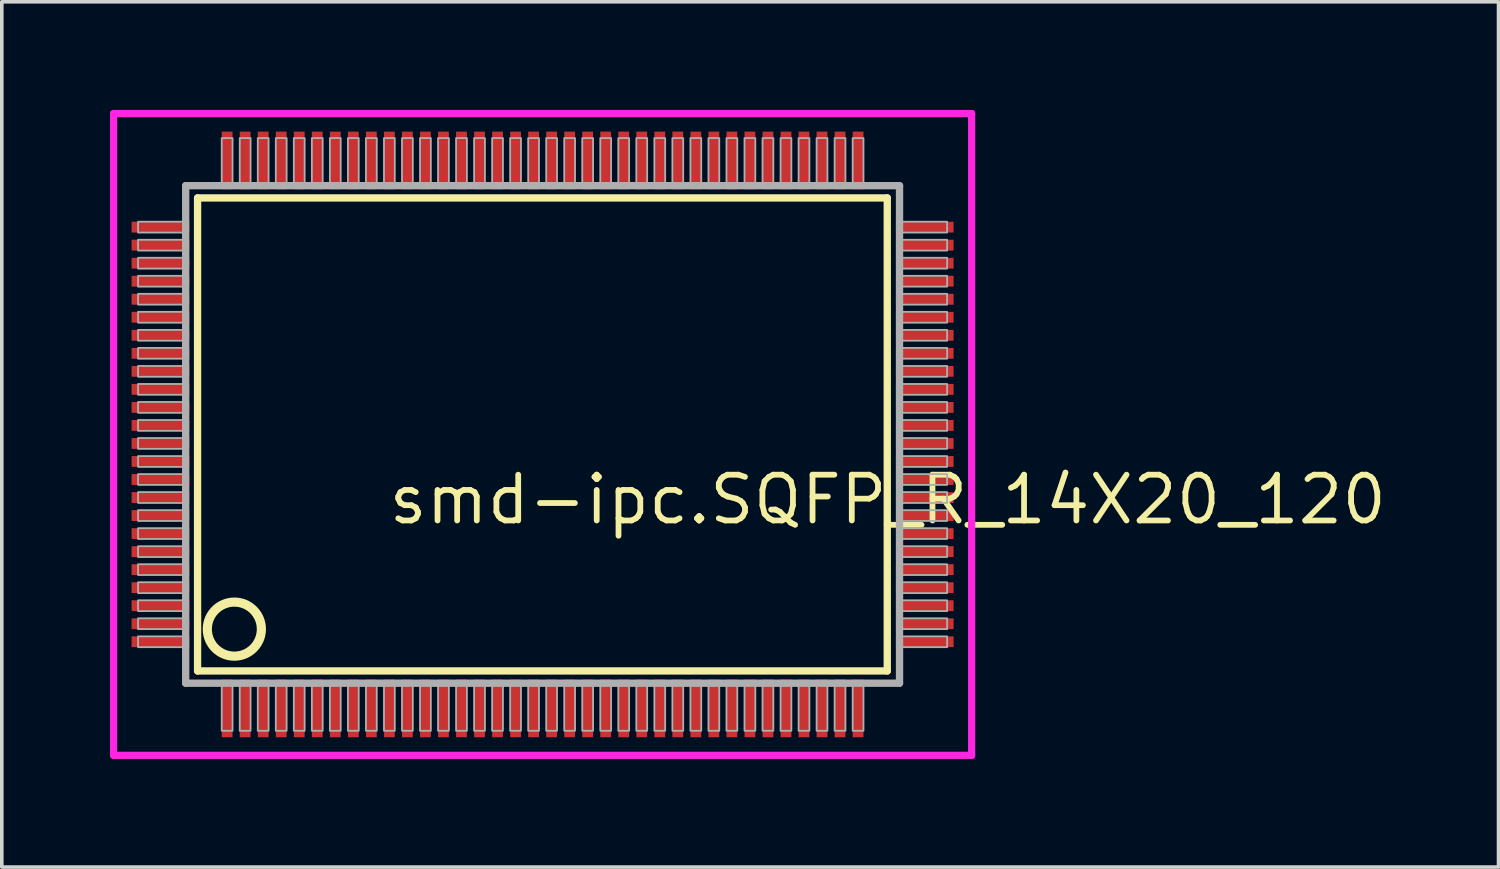
<source format=kicad_pcb>
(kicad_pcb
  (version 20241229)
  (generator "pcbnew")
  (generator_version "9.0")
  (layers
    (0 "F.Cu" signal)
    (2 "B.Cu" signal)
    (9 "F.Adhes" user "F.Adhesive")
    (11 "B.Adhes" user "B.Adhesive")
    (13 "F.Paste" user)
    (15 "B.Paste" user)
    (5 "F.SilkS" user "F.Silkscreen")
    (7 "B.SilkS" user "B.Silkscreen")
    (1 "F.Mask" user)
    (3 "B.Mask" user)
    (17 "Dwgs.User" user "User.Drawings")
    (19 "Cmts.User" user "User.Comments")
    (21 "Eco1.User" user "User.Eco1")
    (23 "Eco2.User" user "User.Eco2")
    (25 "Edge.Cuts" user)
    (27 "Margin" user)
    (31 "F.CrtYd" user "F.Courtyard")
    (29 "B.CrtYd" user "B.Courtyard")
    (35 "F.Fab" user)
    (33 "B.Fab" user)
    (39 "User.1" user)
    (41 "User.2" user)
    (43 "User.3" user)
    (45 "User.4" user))
  (footprint "smd-ipc.SQFP_R_14X20_120"
    (layer "F.Cu")
    (at 12 9)
    (property "Reference" "smd-ipc.SQFP_R_14X20_120" (at -4.35 2.55 0) (layer "F.SilkS") (effects (font (size 1.27 1.27) (thickness 0.16)) (justify left bottom)))
    (attr smd)
    (fp_line (start -9.57 -6.56) (end 9.56 -6.56) (stroke (width 0.203) (type default)) (layer "F.SilkS"))
    (fp_line (start -9.57 6.56) (end -9.57 -6.56) (stroke (width 0.203) (type default)) (layer "F.SilkS"))
    (fp_line (start 9.56 -6.56) (end 9.56 6.56) (stroke (width 0.203) (type default)) (layer "F.SilkS"))
    (fp_line (start 9.56 6.56) (end -9.57 6.56) (stroke (width 0.203) (type default)) (layer "F.SilkS"))
    (fp_circle (center -8.55 5.4) (end -7.8 5.4) (stroke (width 0.254) (type default)) (fill no) (layer "F.SilkS"))
    (fp_line (start -11.9 -8.9) (end 11.9 -8.9) (stroke (width 0.2) (type default)) (layer "F.CrtYd"))
    (fp_line (start -11.9 8.9) (end -11.9 -8.9) (stroke (width 0.2) (type default)) (layer "F.CrtYd"))
    (fp_line (start 11.9 -8.9) (end 11.9 8.9) (stroke (width 0.2) (type default)) (layer "F.CrtYd"))
    (fp_line (start 11.9 8.9) (end -11.9 8.9) (stroke (width 0.2) (type default)) (layer "F.CrtYd"))
    (fp_line (start -9.9 -6.9) (end -9.9 6.9) (stroke (width 0.203) (type default)) (layer "F.Fab"))
    (fp_line (start -9.9 6.9) (end 9.9 6.9) (stroke (width 0.203) (type default)) (layer "F.Fab"))
    (fp_line (start 9.9 -6.9) (end -9.9 -6.9) (stroke (width 0.203) (type default)) (layer "F.Fab"))
    (fp_line (start 9.9 6.9) (end 9.9 -6.9) (stroke (width 0.203) (type default)) (layer "F.Fab"))
    (fp_rect (start -11.22 -5.6) (end -9.95 -5.9) (stroke (width 0.05) (type default)) (fill no) (layer "F.Fab"))
    (fp_rect (start -11.22 -5.1) (end -9.95 -5.4) (stroke (width 0.05) (type default)) (fill no) (layer "F.Fab"))
    (fp_rect (start -11.22 -4.6) (end -9.95 -4.9) (stroke (width 0.05) (type default)) (fill no) (layer "F.Fab"))
    (fp_rect (start -11.22 -4.1) (end -9.95 -4.4) (stroke (width 0.05) (type default)) (fill no) (layer "F.Fab"))
    (fp_rect (start -11.22 -3.6) (end -9.95 -3.9) (stroke (width 0.05) (type default)) (fill no) (layer "F.Fab"))
    (fp_rect (start -11.22 -3.1) (end -9.95 -3.4) (stroke (width 0.05) (type default)) (fill no) (layer "F.Fab"))
    (fp_rect (start -11.22 -2.6) (end -9.95 -2.9) (stroke (width 0.05) (type default)) (fill no) (layer "F.Fab"))
    (fp_rect (start -11.22 -2.1) (end -9.95 -2.4) (stroke (width 0.05) (type default)) (fill no) (layer "F.Fab"))
    (fp_rect (start -11.22 -1.6) (end -9.95 -1.9) (stroke (width 0.05) (type default)) (fill no) (layer "F.Fab"))
    (fp_rect (start -11.22 -1.1) (end -9.95 -1.4) (stroke (width 0.05) (type default)) (fill no) (layer "F.Fab"))
    (fp_rect (start -11.22 -0.6) (end -9.95 -0.9) (stroke (width 0.05) (type default)) (fill no) (layer "F.Fab"))
    (fp_rect (start -11.22 -0.1) (end -9.95 -0.4) (stroke (width 0.05) (type default)) (fill no) (layer "F.Fab"))
    (fp_rect (start -11.22 0.4) (end -9.95 0.1) (stroke (width 0.05) (type default)) (fill no) (layer "F.Fab"))
    (fp_rect (start -11.22 0.9) (end -9.95 0.6) (stroke (width 0.05) (type default)) (fill no) (layer "F.Fab"))
    (fp_rect (start -11.22 1.4) (end -9.95 1.1) (stroke (width 0.05) (type default)) (fill no) (layer "F.Fab"))
    (fp_rect (start -11.22 1.9) (end -9.95 1.6) (stroke (width 0.05) (type default)) (fill no) (layer "F.Fab"))
    (fp_rect (start -11.22 2.4) (end -9.95 2.1) (stroke (width 0.05) (type default)) (fill no) (layer "F.Fab"))
    (fp_rect (start -11.22 2.9) (end -9.95 2.6) (stroke (width 0.05) (type default)) (fill no) (layer "F.Fab"))
    (fp_rect (start -11.22 3.4) (end -9.95 3.1) (stroke (width 0.05) (type default)) (fill no) (layer "F.Fab"))
    (fp_rect (start -11.22 3.9) (end -9.95 3.6) (stroke (width 0.05) (type default)) (fill no) (layer "F.Fab"))
    (fp_rect (start -11.22 4.4) (end -9.95 4.1) (stroke (width 0.05) (type default)) (fill no) (layer "F.Fab"))
    (fp_rect (start -11.22 4.9) (end -9.95 4.6) (stroke (width 0.05) (type default)) (fill no) (layer "F.Fab"))
    (fp_rect (start -11.22 5.4) (end -9.95 5.1) (stroke (width 0.05) (type default)) (fill no) (layer "F.Fab"))
    (fp_rect (start -11.22 5.9) (end -9.95 5.6) (stroke (width 0.05) (type default)) (fill no) (layer "F.Fab"))
    (fp_rect (start -8.9 -6.95) (end -8.6 -8.22) (stroke (width 0.05) (type default)) (fill no) (layer "F.Fab"))
    (fp_rect (start -8.9 8.22) (end -8.6 6.95) (stroke (width 0.05) (type default)) (fill no) (layer "F.Fab"))
    (fp_rect (start -8.4 -6.95) (end -8.1 -8.22) (stroke (width 0.05) (type default)) (fill no) (layer "F.Fab"))
    (fp_rect (start -8.4 8.22) (end -8.1 6.95) (stroke (width 0.05) (type default)) (fill no) (layer "F.Fab"))
    (fp_rect (start -7.9 -6.95) (end -7.6 -8.22) (stroke (width 0.05) (type default)) (fill no) (layer "F.Fab"))
    (fp_rect (start -7.9 8.22) (end -7.6 6.95) (stroke (width 0.05) (type default)) (fill no) (layer "F.Fab"))
    (fp_rect (start -7.4 -6.95) (end -7.1 -8.22) (stroke (width 0.05) (type default)) (fill no) (layer "F.Fab"))
    (fp_rect (start -7.4 8.22) (end -7.1 6.95) (stroke (width 0.05) (type default)) (fill no) (layer "F.Fab"))
    (fp_rect (start -6.9 -6.95) (end -6.6 -8.22) (stroke (width 0.05) (type default)) (fill no) (layer "F.Fab"))
    (fp_rect (start -6.9 8.22) (end -6.6 6.95) (stroke (width 0.05) (type default)) (fill no) (layer "F.Fab"))
    (fp_rect (start -6.4 -6.95) (end -6.1 -8.22) (stroke (width 0.05) (type default)) (fill no) (layer "F.Fab"))
    (fp_rect (start -6.4 8.22) (end -6.1 6.95) (stroke (width 0.05) (type default)) (fill no) (layer "F.Fab"))
    (fp_rect (start -5.9 -6.95) (end -5.6 -8.22) (stroke (width 0.05) (type default)) (fill no) (layer "F.Fab"))
    (fp_rect (start -5.9 8.22) (end -5.6 6.95) (stroke (width 0.05) (type default)) (fill no) (layer "F.Fab"))
    (fp_rect (start -5.4 -6.95) (end -5.1 -8.22) (stroke (width 0.05) (type default)) (fill no) (layer "F.Fab"))
    (fp_rect (start -5.4 8.22) (end -5.1 6.95) (stroke (width 0.05) (type default)) (fill no) (layer "F.Fab"))
    (fp_rect (start -4.9 -6.95) (end -4.6 -8.22) (stroke (width 0.05) (type default)) (fill no) (layer "F.Fab"))
    (fp_rect (start -4.9 8.22) (end -4.6 6.95) (stroke (width 0.05) (type default)) (fill no) (layer "F.Fab"))
    (fp_rect (start -4.4 -6.95) (end -4.1 -8.22) (stroke (width 0.05) (type default)) (fill no) (layer "F.Fab"))
    (fp_rect (start -4.4 8.22) (end -4.1 6.95) (stroke (width 0.05) (type default)) (fill no) (layer "F.Fab"))
    (fp_rect (start -3.9 -6.95) (end -3.6 -8.22) (stroke (width 0.05) (type default)) (fill no) (layer "F.Fab"))
    (fp_rect (start -3.9 8.22) (end -3.6 6.95) (stroke (width 0.05) (type default)) (fill no) (layer "F.Fab"))
    (fp_rect (start -3.4 -6.95) (end -3.1 -8.22) (stroke (width 0.05) (type default)) (fill no) (layer "F.Fab"))
    (fp_rect (start -3.4 8.22) (end -3.1 6.95) (stroke (width 0.05) (type default)) (fill no) (layer "F.Fab"))
    (fp_rect (start -2.9 -6.95) (end -2.6 -8.22) (stroke (width 0.05) (type default)) (fill no) (layer "F.Fab"))
    (fp_rect (start -2.9 8.22) (end -2.6 6.95) (stroke (width 0.05) (type default)) (fill no) (layer "F.Fab"))
    (fp_rect (start -2.4 -6.95) (end -2.1 -8.22) (stroke (width 0.05) (type default)) (fill no) (layer "F.Fab"))
    (fp_rect (start -2.4 8.22) (end -2.1 6.95) (stroke (width 0.05) (type default)) (fill no) (layer "F.Fab"))
    (fp_rect (start -1.9 -6.95) (end -1.6 -8.22) (stroke (width 0.05) (type default)) (fill no) (layer "F.Fab"))
    (fp_rect (start -1.9 8.22) (end -1.6 6.95) (stroke (width 0.05) (type default)) (fill no) (layer "F.Fab"))
    (fp_rect (start -1.4 -6.95) (end -1.1 -8.22) (stroke (width 0.05) (type default)) (fill no) (layer "F.Fab"))
    (fp_rect (start -1.4 8.22) (end -1.1 6.95) (stroke (width 0.05) (type default)) (fill no) (layer "F.Fab"))
    (fp_rect (start -0.9 -6.95) (end -0.6 -8.22) (stroke (width 0.05) (type default)) (fill no) (layer "F.Fab"))
    (fp_rect (start -0.9 8.22) (end -0.6 6.95) (stroke (width 0.05) (type default)) (fill no) (layer "F.Fab"))
    (fp_rect (start -0.4 -6.95) (end -0.1 -8.22) (stroke (width 0.05) (type default)) (fill no) (layer "F.Fab"))
    (fp_rect (start -0.4 8.22) (end -0.1 6.95) (stroke (width 0.05) (type default)) (fill no) (layer "F.Fab"))
    (fp_rect (start 0.1 -6.95) (end 0.4 -8.22) (stroke (width 0.05) (type default)) (fill no) (layer "F.Fab"))
    (fp_rect (start 0.1 8.22) (end 0.4 6.95) (stroke (width 0.05) (type default)) (fill no) (layer "F.Fab"))
    (fp_rect (start 0.6 -6.95) (end 0.9 -8.22) (stroke (width 0.05) (type default)) (fill no) (layer "F.Fab"))
    (fp_rect (start 0.6 8.22) (end 0.9 6.95) (stroke (width 0.05) (type default)) (fill no) (layer "F.Fab"))
    (fp_rect (start 1.1 -6.95) (end 1.4 -8.22) (stroke (width 0.05) (type default)) (fill no) (layer "F.Fab"))
    (fp_rect (start 1.1 8.22) (end 1.4 6.95) (stroke (width 0.05) (type default)) (fill no) (layer "F.Fab"))
    (fp_rect (start 1.6 -6.95) (end 1.9 -8.22) (stroke (width 0.05) (type default)) (fill no) (layer "F.Fab"))
    (fp_rect (start 1.6 8.22) (end 1.9 6.95) (stroke (width 0.05) (type default)) (fill no) (layer "F.Fab"))
    (fp_rect (start 2.1 -6.95) (end 2.4 -8.22) (stroke (width 0.05) (type default)) (fill no) (layer "F.Fab"))
    (fp_rect (start 2.1 8.22) (end 2.4 6.95) (stroke (width 0.05) (type default)) (fill no) (layer "F.Fab"))
    (fp_rect (start 2.6 -6.95) (end 2.9 -8.22) (stroke (width 0.05) (type default)) (fill no) (layer "F.Fab"))
    (fp_rect (start 2.6 8.22) (end 2.9 6.95) (stroke (width 0.05) (type default)) (fill no) (layer "F.Fab"))
    (fp_rect (start 3.1 -6.95) (end 3.4 -8.22) (stroke (width 0.05) (type default)) (fill no) (layer "F.Fab"))
    (fp_rect (start 3.1 8.22) (end 3.4 6.95) (stroke (width 0.05) (type default)) (fill no) (layer "F.Fab"))
    (fp_rect (start 3.6 -6.95) (end 3.9 -8.22) (stroke (width 0.05) (type default)) (fill no) (layer "F.Fab"))
    (fp_rect (start 3.6 8.22) (end 3.9 6.95) (stroke (width 0.05) (type default)) (fill no) (layer "F.Fab"))
    (fp_rect (start 4.1 -6.95) (end 4.4 -8.22) (stroke (width 0.05) (type default)) (fill no) (layer "F.Fab"))
    (fp_rect (start 4.1 8.22) (end 4.4 6.95) (stroke (width 0.05) (type default)) (fill no) (layer "F.Fab"))
    (fp_rect (start 4.6 -6.95) (end 4.9 -8.22) (stroke (width 0.05) (type default)) (fill no) (layer "F.Fab"))
    (fp_rect (start 4.6 8.22) (end 4.9 6.95) (stroke (width 0.05) (type default)) (fill no) (layer "F.Fab"))
    (fp_rect (start 5.1 -6.95) (end 5.4 -8.22) (stroke (width 0.05) (type default)) (fill no) (layer "F.Fab"))
    (fp_rect (start 5.1 8.22) (end 5.4 6.95) (stroke (width 0.05) (type default)) (fill no) (layer "F.Fab"))
    (fp_rect (start 5.6 -6.95) (end 5.9 -8.22) (stroke (width 0.05) (type default)) (fill no) (layer "F.Fab"))
    (fp_rect (start 5.6 8.22) (end 5.9 6.95) (stroke (width 0.05) (type default)) (fill no) (layer "F.Fab"))
    (fp_rect (start 6.1 -6.95) (end 6.4 -8.22) (stroke (width 0.05) (type default)) (fill no) (layer "F.Fab"))
    (fp_rect (start 6.1 8.22) (end 6.4 6.95) (stroke (width 0.05) (type default)) (fill no) (layer "F.Fab"))
    (fp_rect (start 6.6 -6.95) (end 6.9 -8.22) (stroke (width 0.05) (type default)) (fill no) (layer "F.Fab"))
    (fp_rect (start 6.6 8.22) (end 6.9 6.95) (stroke (width 0.05) (type default)) (fill no) (layer "F.Fab"))
    (fp_rect (start 7.1 -6.95) (end 7.4 -8.22) (stroke (width 0.05) (type default)) (fill no) (layer "F.Fab"))
    (fp_rect (start 7.1 8.22) (end 7.4 6.95) (stroke (width 0.05) (type default)) (fill no) (layer "F.Fab"))
    (fp_rect (start 7.6 -6.95) (end 7.9 -8.22) (stroke (width 0.05) (type default)) (fill no) (layer "F.Fab"))
    (fp_rect (start 7.6 8.22) (end 7.9 6.95) (stroke (width 0.05) (type default)) (fill no) (layer "F.Fab"))
    (fp_rect (start 8.1 -6.95) (end 8.4 -8.22) (stroke (width 0.05) (type default)) (fill no) (layer "F.Fab"))
    (fp_rect (start 8.1 8.22) (end 8.4 6.95) (stroke (width 0.05) (type default)) (fill no) (layer "F.Fab"))
    (fp_rect (start 8.6 -6.95) (end 8.9 -8.22) (stroke (width 0.05) (type default)) (fill no) (layer "F.Fab"))
    (fp_rect (start 8.6 8.22) (end 8.9 6.95) (stroke (width 0.05) (type default)) (fill no) (layer "F.Fab"))
    (fp_rect (start 9.95 -5.6) (end 11.22 -5.9) (stroke (width 0.05) (type default)) (fill no) (layer "F.Fab"))
    (fp_rect (start 9.95 -5.1) (end 11.22 -5.4) (stroke (width 0.05) (type default)) (fill no) (layer "F.Fab"))
    (fp_rect (start 9.95 -4.6) (end 11.22 -4.9) (stroke (width 0.05) (type default)) (fill no) (layer "F.Fab"))
    (fp_rect (start 9.95 -4.1) (end 11.22 -4.4) (stroke (width 0.05) (type default)) (fill no) (layer "F.Fab"))
    (fp_rect (start 9.95 -3.6) (end 11.22 -3.9) (stroke (width 0.05) (type default)) (fill no) (layer "F.Fab"))
    (fp_rect (start 9.95 -3.1) (end 11.22 -3.4) (stroke (width 0.05) (type default)) (fill no) (layer "F.Fab"))
    (fp_rect (start 9.95 -2.6) (end 11.22 -2.9) (stroke (width 0.05) (type default)) (fill no) (layer "F.Fab"))
    (fp_rect (start 9.95 -2.1) (end 11.22 -2.4) (stroke (width 0.05) (type default)) (fill no) (layer "F.Fab"))
    (fp_rect (start 9.95 -1.6) (end 11.22 -1.9) (stroke (width 0.05) (type default)) (fill no) (layer "F.Fab"))
    (fp_rect (start 9.95 -1.1) (end 11.22 -1.4) (stroke (width 0.05) (type default)) (fill no) (layer "F.Fab"))
    (fp_rect (start 9.95 -0.6) (end 11.22 -0.9) (stroke (width 0.05) (type default)) (fill no) (layer "F.Fab"))
    (fp_rect (start 9.95 -0.1) (end 11.22 -0.4) (stroke (width 0.05) (type default)) (fill no) (layer "F.Fab"))
    (fp_rect (start 9.95 0.4) (end 11.22 0.1) (stroke (width 0.05) (type default)) (fill no) (layer "F.Fab"))
    (fp_rect (start 9.95 0.9) (end 11.22 0.6) (stroke (width 0.05) (type default)) (fill no) (layer "F.Fab"))
    (fp_rect (start 9.95 1.4) (end 11.22 1.1) (stroke (width 0.05) (type default)) (fill no) (layer "F.Fab"))
    (fp_rect (start 9.95 1.9) (end 11.22 1.6) (stroke (width 0.05) (type default)) (fill no) (layer "F.Fab"))
    (fp_rect (start 9.95 2.4) (end 11.22 2.1) (stroke (width 0.05) (type default)) (fill no) (layer "F.Fab"))
    (fp_rect (start 9.95 2.9) (end 11.22 2.6) (stroke (width 0.05) (type default)) (fill no) (layer "F.Fab"))
    (fp_rect (start 9.95 3.4) (end 11.22 3.1) (stroke (width 0.05) (type default)) (fill no) (layer "F.Fab"))
    (fp_rect (start 9.95 3.9) (end 11.22 3.6) (stroke (width 0.05) (type default)) (fill no) (layer "F.Fab"))
    (fp_rect (start 9.95 4.4) (end 11.22 4.1) (stroke (width 0.05) (type default)) (fill no) (layer "F.Fab"))
    (fp_rect (start 9.95 4.9) (end 11.22 4.6) (stroke (width 0.05) (type default)) (fill no) (layer "F.Fab"))
    (fp_rect (start 9.95 5.4) (end 11.22 5.1) (stroke (width 0.05) (type default)) (fill no) (layer "F.Fab"))
    (fp_rect (start 9.95 5.9) (end 11.22 5.6) (stroke (width 0.05) (type default)) (fill no) (layer "F.Fab"))
    (pad "1" smd roundrect (at -8.75 7.6) (size 0.3 1.6) (layers "F.Cu" "F.Mask" "F.Paste") (roundrect_rratio 0.01))
    (pad "2" smd roundrect (at -8.25 7.6) (size 0.3 1.6) (layers "F.Cu" "F.Mask" "F.Paste") (roundrect_rratio 0.01))
    (pad "3" smd roundrect (at -7.75 7.6) (size 0.3 1.6) (layers "F.Cu" "F.Mask" "F.Paste") (roundrect_rratio 0.01))
    (pad "4" smd roundrect (at -7.25 7.6) (size 0.3 1.6) (layers "F.Cu" "F.Mask" "F.Paste") (roundrect_rratio 0.01))
    (pad "5" smd roundrect (at -6.75 7.6) (size 0.3 1.6) (layers "F.Cu" "F.Mask" "F.Paste") (roundrect_rratio 0.01))
    (pad "6" smd roundrect (at -6.25 7.6) (size 0.3 1.6) (layers "F.Cu" "F.Mask" "F.Paste") (roundrect_rratio 0.01))
    (pad "7" smd roundrect (at -5.75 7.6) (size 0.3 1.6) (layers "F.Cu" "F.Mask" "F.Paste") (roundrect_rratio 0.01))
    (pad "8" smd roundrect (at -5.25 7.6) (size 0.3 1.6) (layers "F.Cu" "F.Mask" "F.Paste") (roundrect_rratio 0.01))
    (pad "9" smd roundrect (at -4.75 7.6) (size 0.3 1.6) (layers "F.Cu" "F.Mask" "F.Paste") (roundrect_rratio 0.01))
    (pad "10" smd roundrect (at -4.25 7.6) (size 0.3 1.6) (layers "F.Cu" "F.Mask" "F.Paste") (roundrect_rratio 0.01))
    (pad "11" smd roundrect (at -3.75 7.6) (size 0.3 1.6) (layers "F.Cu" "F.Mask" "F.Paste") (roundrect_rratio 0.01))
    (pad "12" smd roundrect (at -3.25 7.6) (size 0.3 1.6) (layers "F.Cu" "F.Mask" "F.Paste") (roundrect_rratio 0.01))
    (pad "13" smd roundrect (at -2.75 7.6) (size 0.3 1.6) (layers "F.Cu" "F.Mask" "F.Paste") (roundrect_rratio 0.01))
    (pad "14" smd roundrect (at -2.25 7.6) (size 0.3 1.6) (layers "F.Cu" "F.Mask" "F.Paste") (roundrect_rratio 0.01))
    (pad "15" smd roundrect (at -1.75 7.6) (size 0.3 1.6) (layers "F.Cu" "F.Mask" "F.Paste") (roundrect_rratio 0.01))
    (pad "16" smd roundrect (at -1.25 7.6) (size 0.3 1.6) (layers "F.Cu" "F.Mask" "F.Paste") (roundrect_rratio 0.01))
    (pad "17" smd roundrect (at -0.75 7.6) (size 0.3 1.6) (layers "F.Cu" "F.Mask" "F.Paste") (roundrect_rratio 0.01))
    (pad "18" smd roundrect (at -0.25 7.6) (size 0.3 1.6) (layers "F.Cu" "F.Mask" "F.Paste") (roundrect_rratio 0.01))
    (pad "19" smd roundrect (at 0.25 7.6) (size 0.3 1.6) (layers "F.Cu" "F.Mask" "F.Paste") (roundrect_rratio 0.01))
    (pad "20" smd roundrect (at 0.75 7.6) (size 0.3 1.6) (layers "F.Cu" "F.Mask" "F.Paste") (roundrect_rratio 0.01))
    (pad "21" smd roundrect (at 1.25 7.6) (size 0.3 1.6) (layers "F.Cu" "F.Mask" "F.Paste") (roundrect_rratio 0.01))
    (pad "22" smd roundrect (at 1.75 7.6) (size 0.3 1.6) (layers "F.Cu" "F.Mask" "F.Paste") (roundrect_rratio 0.01))
    (pad "23" smd roundrect (at 2.25 7.6) (size 0.3 1.6) (layers "F.Cu" "F.Mask" "F.Paste") (roundrect_rratio 0.01))
    (pad "24" smd roundrect (at 2.75 7.6) (size 0.3 1.6) (layers "F.Cu" "F.Mask" "F.Paste") (roundrect_rratio 0.01))
    (pad "25" smd roundrect (at 3.25 7.6) (size 0.3 1.6) (layers "F.Cu" "F.Mask" "F.Paste") (roundrect_rratio 0.01))
    (pad "26" smd roundrect (at 3.75 7.6) (size 0.3 1.6) (layers "F.Cu" "F.Mask" "F.Paste") (roundrect_rratio 0.01))
    (pad "27" smd roundrect (at 4.25 7.6) (size 0.3 1.6) (layers "F.Cu" "F.Mask" "F.Paste") (roundrect_rratio 0.01))
    (pad "28" smd roundrect (at 4.75 7.6) (size 0.3 1.6) (layers "F.Cu" "F.Mask" "F.Paste") (roundrect_rratio 0.01))
    (pad "29" smd roundrect (at 5.25 7.6) (size 0.3 1.6) (layers "F.Cu" "F.Mask" "F.Paste") (roundrect_rratio 0.01))
    (pad "30" smd roundrect (at 5.75 7.6) (size 0.3 1.6) (layers "F.Cu" "F.Mask" "F.Paste") (roundrect_rratio 0.01))
    (pad "31" smd roundrect (at 6.25 7.6) (size 0.3 1.6) (layers "F.Cu" "F.Mask" "F.Paste") (roundrect_rratio 0.01))
    (pad "32" smd roundrect (at 6.75 7.6) (size 0.3 1.6) (layers "F.Cu" "F.Mask" "F.Paste") (roundrect_rratio 0.01))
    (pad "33" smd roundrect (at 7.25 7.6) (size 0.3 1.6) (layers "F.Cu" "F.Mask" "F.Paste") (roundrect_rratio 0.01))
    (pad "34" smd roundrect (at 7.75 7.6) (size 0.3 1.6) (layers "F.Cu" "F.Mask" "F.Paste") (roundrect_rratio 0.01))
    (pad "35" smd roundrect (at 8.25 7.6) (size 0.3 1.6) (layers "F.Cu" "F.Mask" "F.Paste") (roundrect_rratio 0.01))
    (pad "36" smd roundrect (at 8.75 7.6) (size 0.3 1.6) (layers "F.Cu" "F.Mask" "F.Paste") (roundrect_rratio 0.01))
    (pad "37" smd roundrect (at 10.6 5.75) (size 1.6 0.3) (layers "F.Cu" "F.Mask" "F.Paste") (roundrect_rratio 0.01))
    (pad "38" smd roundrect (at 10.6 5.25) (size 1.6 0.3) (layers "F.Cu" "F.Mask" "F.Paste") (roundrect_rratio 0.01))
    (pad "39" smd roundrect (at 10.6 4.75) (size 1.6 0.3) (layers "F.Cu" "F.Mask" "F.Paste") (roundrect_rratio 0.01))
    (pad "40" smd roundrect (at 10.6 4.25) (size 1.6 0.3) (layers "F.Cu" "F.Mask" "F.Paste") (roundrect_rratio 0.01))
    (pad "41" smd roundrect (at 10.6 3.75) (size 1.6 0.3) (layers "F.Cu" "F.Mask" "F.Paste") (roundrect_rratio 0.01))
    (pad "42" smd roundrect (at 10.6 3.25) (size 1.6 0.3) (layers "F.Cu" "F.Mask" "F.Paste") (roundrect_rratio 0.01))
    (pad "43" smd roundrect (at 10.6 2.75) (size 1.6 0.3) (layers "F.Cu" "F.Mask" "F.Paste") (roundrect_rratio 0.01))
    (pad "44" smd roundrect (at 10.6 2.25) (size 1.6 0.3) (layers "F.Cu" "F.Mask" "F.Paste") (roundrect_rratio 0.01))
    (pad "45" smd roundrect (at 10.6 1.75) (size 1.6 0.3) (layers "F.Cu" "F.Mask" "F.Paste") (roundrect_rratio 0.01))
    (pad "46" smd roundrect (at 10.6 1.25) (size 1.6 0.3) (layers "F.Cu" "F.Mask" "F.Paste") (roundrect_rratio 0.01))
    (pad "47" smd roundrect (at 10.6 0.75) (size 1.6 0.3) (layers "F.Cu" "F.Mask" "F.Paste") (roundrect_rratio 0.01))
    (pad "48" smd roundrect (at 10.6 0.25) (size 1.6 0.3) (layers "F.Cu" "F.Mask" "F.Paste") (roundrect_rratio 0.01))
    (pad "49" smd roundrect (at 10.6 -0.25) (size 1.6 0.3) (layers "F.Cu" "F.Mask" "F.Paste") (roundrect_rratio 0.01))
    (pad "50" smd roundrect (at 10.6 -0.75) (size 1.6 0.3) (layers "F.Cu" "F.Mask" "F.Paste") (roundrect_rratio 0.01))
    (pad "51" smd roundrect (at 10.6 -1.25) (size 1.6 0.3) (layers "F.Cu" "F.Mask" "F.Paste") (roundrect_rratio 0.01))
    (pad "52" smd roundrect (at 10.6 -1.75) (size 1.6 0.3) (layers "F.Cu" "F.Mask" "F.Paste") (roundrect_rratio 0.01))
    (pad "53" smd roundrect (at 10.6 -2.25) (size 1.6 0.3) (layers "F.Cu" "F.Mask" "F.Paste") (roundrect_rratio 0.01))
    (pad "54" smd roundrect (at 10.6 -2.75) (size 1.6 0.3) (layers "F.Cu" "F.Mask" "F.Paste") (roundrect_rratio 0.01))
    (pad "55" smd roundrect (at 10.6 -3.25) (size 1.6 0.3) (layers "F.Cu" "F.Mask" "F.Paste") (roundrect_rratio 0.01))
    (pad "56" smd roundrect (at 10.6 -3.75) (size 1.6 0.3) (layers "F.Cu" "F.Mask" "F.Paste") (roundrect_rratio 0.01))
    (pad "57" smd roundrect (at 10.6 -4.25) (size 1.6 0.3) (layers "F.Cu" "F.Mask" "F.Paste") (roundrect_rratio 0.01))
    (pad "58" smd roundrect (at 10.6 -4.75) (size 1.6 0.3) (layers "F.Cu" "F.Mask" "F.Paste") (roundrect_rratio 0.01))
    (pad "59" smd roundrect (at 10.6 -5.25) (size 1.6 0.3) (layers "F.Cu" "F.Mask" "F.Paste") (roundrect_rratio 0.01))
    (pad "60" smd roundrect (at 10.6 -5.75) (size 1.6 0.3) (layers "F.Cu" "F.Mask" "F.Paste") (roundrect_rratio 0.01))
    (pad "61" smd roundrect (at 8.75 -7.6) (size 0.3 1.6) (layers "F.Cu" "F.Mask" "F.Paste") (roundrect_rratio 0.01))
    (pad "62" smd roundrect (at 8.25 -7.6) (size 0.3 1.6) (layers "F.Cu" "F.Mask" "F.Paste") (roundrect_rratio 0.01))
    (pad "63" smd roundrect (at 7.75 -7.6) (size 0.3 1.6) (layers "F.Cu" "F.Mask" "F.Paste") (roundrect_rratio 0.01))
    (pad "64" smd roundrect (at 7.25 -7.6) (size 0.3 1.6) (layers "F.Cu" "F.Mask" "F.Paste") (roundrect_rratio 0.01))
    (pad "65" smd roundrect (at 6.75 -7.6) (size 0.3 1.6) (layers "F.Cu" "F.Mask" "F.Paste") (roundrect_rratio 0.01))
    (pad "66" smd roundrect (at 6.25 -7.6) (size 0.3 1.6) (layers "F.Cu" "F.Mask" "F.Paste") (roundrect_rratio 0.01))
    (pad "67" smd roundrect (at 5.75 -7.6) (size 0.3 1.6) (layers "F.Cu" "F.Mask" "F.Paste") (roundrect_rratio 0.01))
    (pad "68" smd roundrect (at 5.25 -7.6) (size 0.3 1.6) (layers "F.Cu" "F.Mask" "F.Paste") (roundrect_rratio 0.01))
    (pad "69" smd roundrect (at 4.75 -7.6) (size 0.3 1.6) (layers "F.Cu" "F.Mask" "F.Paste") (roundrect_rratio 0.01))
    (pad "70" smd roundrect (at 4.25 -7.6) (size 0.3 1.6) (layers "F.Cu" "F.Mask" "F.Paste") (roundrect_rratio 0.01))
    (pad "71" smd roundrect (at 3.75 -7.6) (size 0.3 1.6) (layers "F.Cu" "F.Mask" "F.Paste") (roundrect_rratio 0.01))
    (pad "72" smd roundrect (at 3.25 -7.6) (size 0.3 1.6) (layers "F.Cu" "F.Mask" "F.Paste") (roundrect_rratio 0.01))
    (pad "73" smd roundrect (at 2.75 -7.6) (size 0.3 1.6) (layers "F.Cu" "F.Mask" "F.Paste") (roundrect_rratio 0.01))
    (pad "74" smd roundrect (at 2.25 -7.6) (size 0.3 1.6) (layers "F.Cu" "F.Mask" "F.Paste") (roundrect_rratio 0.01))
    (pad "75" smd roundrect (at 1.75 -7.6) (size 0.3 1.6) (layers "F.Cu" "F.Mask" "F.Paste") (roundrect_rratio 0.01))
    (pad "76" smd roundrect (at 1.25 -7.6) (size 0.3 1.6) (layers "F.Cu" "F.Mask" "F.Paste") (roundrect_rratio 0.01))
    (pad "77" smd roundrect (at 0.75 -7.6) (size 0.3 1.6) (layers "F.Cu" "F.Mask" "F.Paste") (roundrect_rratio 0.01))
    (pad "78" smd roundrect (at 0.25 -7.6) (size 0.3 1.6) (layers "F.Cu" "F.Mask" "F.Paste") (roundrect_rratio 0.01))
    (pad "79" smd roundrect (at -0.25 -7.6) (size 0.3 1.6) (layers "F.Cu" "F.Mask" "F.Paste") (roundrect_rratio 0.01))
    (pad "80" smd roundrect (at -0.75 -7.6) (size 0.3 1.6) (layers "F.Cu" "F.Mask" "F.Paste") (roundrect_rratio 0.01))
    (pad "81" smd roundrect (at -1.25 -7.6) (size 0.3 1.6) (layers "F.Cu" "F.Mask" "F.Paste") (roundrect_rratio 0.01))
    (pad "82" smd roundrect (at -1.75 -7.6) (size 0.3 1.6) (layers "F.Cu" "F.Mask" "F.Paste") (roundrect_rratio 0.01))
    (pad "83" smd roundrect (at -2.25 -7.6) (size 0.3 1.6) (layers "F.Cu" "F.Mask" "F.Paste") (roundrect_rratio 0.01))
    (pad "84" smd roundrect (at -2.75 -7.6) (size 0.3 1.6) (layers "F.Cu" "F.Mask" "F.Paste") (roundrect_rratio 0.01))
    (pad "85" smd roundrect (at -3.25 -7.6) (size 0.3 1.6) (layers "F.Cu" "F.Mask" "F.Paste") (roundrect_rratio 0.01))
    (pad "86" smd roundrect (at -3.75 -7.6) (size 0.3 1.6) (layers "F.Cu" "F.Mask" "F.Paste") (roundrect_rratio 0.01))
    (pad "87" smd roundrect (at -4.25 -7.6) (size 0.3 1.6) (layers "F.Cu" "F.Mask" "F.Paste") (roundrect_rratio 0.01))
    (pad "88" smd roundrect (at -4.75 -7.6) (size 0.3 1.6) (layers "F.Cu" "F.Mask" "F.Paste") (roundrect_rratio 0.01))
    (pad "89" smd roundrect (at -5.25 -7.6) (size 0.3 1.6) (layers "F.Cu" "F.Mask" "F.Paste") (roundrect_rratio 0.01))
    (pad "90" smd roundrect (at -5.75 -7.6) (size 0.3 1.6) (layers "F.Cu" "F.Mask" "F.Paste") (roundrect_rratio 0.01))
    (pad "91" smd roundrect (at -6.25 -7.6) (size 0.3 1.6) (layers "F.Cu" "F.Mask" "F.Paste") (roundrect_rratio 0.01))
    (pad "92" smd roundrect (at -6.75 -7.6) (size 0.3 1.6) (layers "F.Cu" "F.Mask" "F.Paste") (roundrect_rratio 0.01))
    (pad "93" smd roundrect (at -7.25 -7.6) (size 0.3 1.6) (layers "F.Cu" "F.Mask" "F.Paste") (roundrect_rratio 0.01))
    (pad "94" smd roundrect (at -7.75 -7.6) (size 0.3 1.6) (layers "F.Cu" "F.Mask" "F.Paste") (roundrect_rratio 0.01))
    (pad "95" smd roundrect (at -8.25 -7.6) (size 0.3 1.6) (layers "F.Cu" "F.Mask" "F.Paste") (roundrect_rratio 0.01))
    (pad "96" smd roundrect (at -8.75 -7.6) (size 0.3 1.6) (layers "F.Cu" "F.Mask" "F.Paste") (roundrect_rratio 0.01))
    (pad "97" smd roundrect (at -10.6 -5.75) (size 1.6 0.3) (layers "F.Cu" "F.Mask" "F.Paste") (roundrect_rratio 0.01))
    (pad "98" smd roundrect (at -10.6 -5.25) (size 1.6 0.3) (layers "F.Cu" "F.Mask" "F.Paste") (roundrect_rratio 0.01))
    (pad "99" smd roundrect (at -10.6 -4.75) (size 1.6 0.3) (layers "F.Cu" "F.Mask" "F.Paste") (roundrect_rratio 0.01))
    (pad "100" smd roundrect (at -10.6 -4.25) (size 1.6 0.3) (layers "F.Cu" "F.Mask" "F.Paste") (roundrect_rratio 0.01))
    (pad "101" smd roundrect (at -10.6 -3.75) (size 1.6 0.3) (layers "F.Cu" "F.Mask" "F.Paste") (roundrect_rratio 0.01))
    (pad "102" smd roundrect (at -10.6 -3.25) (size 1.6 0.3) (layers "F.Cu" "F.Mask" "F.Paste") (roundrect_rratio 0.01))
    (pad "103" smd roundrect (at -10.6 -2.75) (size 1.6 0.3) (layers "F.Cu" "F.Mask" "F.Paste") (roundrect_rratio 0.01))
    (pad "104" smd roundrect (at -10.6 -2.25) (size 1.6 0.3) (layers "F.Cu" "F.Mask" "F.Paste") (roundrect_rratio 0.01))
    (pad "105" smd roundrect (at -10.6 -1.75) (size 1.6 0.3) (layers "F.Cu" "F.Mask" "F.Paste") (roundrect_rratio 0.01))
    (pad "106" smd roundrect (at -10.6 -1.25) (size 1.6 0.3) (layers "F.Cu" "F.Mask" "F.Paste") (roundrect_rratio 0.01))
    (pad "107" smd roundrect (at -10.6 -0.75) (size 1.6 0.3) (layers "F.Cu" "F.Mask" "F.Paste") (roundrect_rratio 0.01))
    (pad "108" smd roundrect (at -10.6 -0.25) (size 1.6 0.3) (layers "F.Cu" "F.Mask" "F.Paste") (roundrect_rratio 0.01))
    (pad "109" smd roundrect (at -10.6 0.25) (size 1.6 0.3) (layers "F.Cu" "F.Mask" "F.Paste") (roundrect_rratio 0.01))
    (pad "110" smd roundrect (at -10.6 0.75) (size 1.6 0.3) (layers "F.Cu" "F.Mask" "F.Paste") (roundrect_rratio 0.01))
    (pad "111" smd roundrect (at -10.6 1.25) (size 1.6 0.3) (layers "F.Cu" "F.Mask" "F.Paste") (roundrect_rratio 0.01))
    (pad "112" smd roundrect (at -10.6 1.75) (size 1.6 0.3) (layers "F.Cu" "F.Mask" "F.Paste") (roundrect_rratio 0.01))
    (pad "113" smd roundrect (at -10.6 2.25) (size 1.6 0.3) (layers "F.Cu" "F.Mask" "F.Paste") (roundrect_rratio 0.01))
    (pad "114" smd roundrect (at -10.6 2.75) (size 1.6 0.3) (layers "F.Cu" "F.Mask" "F.Paste") (roundrect_rratio 0.01))
    (pad "115" smd roundrect (at -10.6 3.25) (size 1.6 0.3) (layers "F.Cu" "F.Mask" "F.Paste") (roundrect_rratio 0.01))
    (pad "116" smd roundrect (at -10.6 3.75) (size 1.6 0.3) (layers "F.Cu" "F.Mask" "F.Paste") (roundrect_rratio 0.01))
    (pad "117" smd roundrect (at -10.6 4.25) (size 1.6 0.3) (layers "F.Cu" "F.Mask" "F.Paste") (roundrect_rratio 0.01))
    (pad "118" smd roundrect (at -10.6 4.75) (size 1.6 0.3) (layers "F.Cu" "F.Mask" "F.Paste") (roundrect_rratio 0.01))
    (pad "119" smd roundrect (at -10.6 5.25) (size 1.6 0.3) (layers "F.Cu" "F.Mask" "F.Paste") (roundrect_rratio 0.01))
    (pad "120" smd roundrect (at -10.6 5.75) (size 1.6 0.3) (layers "F.Cu" "F.Mask" "F.Paste") (roundrect_rratio 0.01)))
  (gr_rect
    (start -3 -3)
    (end 38.514 21)
    (stroke (width 0.1) (type default))
    (fill no)
    (layer "Edge.Cuts")))
</source>
